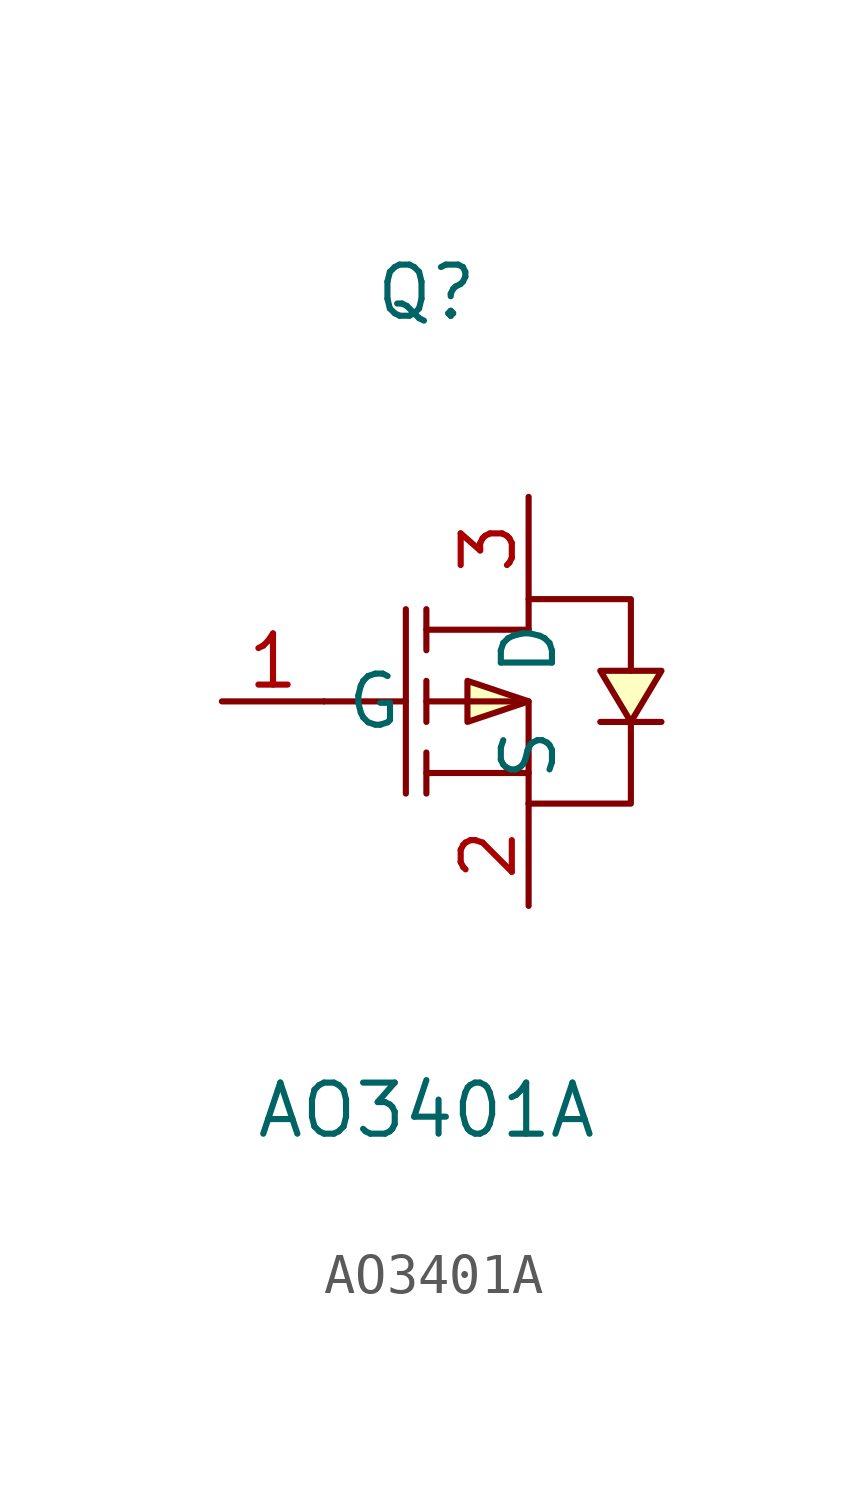
<source format=kicad_sym>
(kicad_symbol_lib
  (version 20211014)
  (generator https://github.com/uPesy/easyeda2kicad.py)
  (symbol "AO3401A"
    (property "Reference" "Q"
      (at 0 10.16 0)
      (effects (font (size 1.27 1.27))))
    (property "Value" "AO3401A"
      (at 0 -10.16 0)
      (effects (font (size 1.27 1.27))))
    (symbol "AO3401A_0_1"
      (polyline (pts (xy 2.54 -2.54) (xy 5.08 -2.54) (xy 5.08 -0.51)) (stroke (width 0) (type default) (color 0 0 0 0)) (fill (type none)))
      (polyline (pts (xy 2.54 1.78) (xy 2.54 2.54) (xy 5.08 2.54) (xy 5.08 0.76)) (stroke (width 0) (type default) (color 0 0 0 0)) (fill (type none)))
      (polyline (pts (xy 2.54 1.78) (xy 0.00 1.78)) (stroke (width 0) (type default) (color 0 0 0 0)) (fill (type none)))
      (polyline (pts (xy 0.00 -0.00) (xy 2.54 -0.00) (xy 2.54 -2.54)) (stroke (width 0) (type default) (color 0 0 0 0)) (fill (type none)))
      (polyline (pts (xy 2.54 -1.78) (xy 0.00 -1.78)) (stroke (width 0) (type default) (color 0 0 0 0)) (fill (type none)))
      (polyline (pts (xy -0.51 2.29) (xy -0.51 -2.29)) (stroke (width 0) (type default) (color 0 0 0 0)) (fill (type none)))
      (polyline (pts (xy 0.00 1.27) (xy 0.00 2.29)) (stroke (width 0) (type default) (color 0 0 0 0)) (fill (type none)))
      (polyline (pts (xy 0.00 -0.51) (xy 0.00 0.51)) (stroke (width 0) (type default) (color 0 0 0 0)) (fill (type none)))
      (polyline (pts (xy 0.00 -2.29) (xy 0.00 -1.27)) (stroke (width 0) (type default) (color 0 0 0 0)) (fill (type none)))
      (polyline (pts (xy -2.54 -0.00) (xy -0.51 -0.00)) (stroke (width 0) (type default) (color 0 0 0 0)) (fill (type none)))
      (polyline (pts (xy 5.84 -0.51) (xy 5.59 -0.51) (xy 4.57 -0.51) (xy 4.32 -0.51)) (stroke (width 0) (type default) (color 0 0 0 0)) (fill (type none)))
      (polyline (pts (xy 2.54 -0.00) (xy 1.02 0.51) (xy 1.02 -0.51) (xy 2.54 -0.00)) (stroke (width 0) (type default) (color 0 0 0 0)) (fill (type background)))
      (polyline (pts (xy 5.08 -0.51) (xy 5.84 0.76) (xy 4.32 0.76) (xy 5.08 -0.51)) (stroke (width 0) (type default) (color 0 0 0 0)) (fill (type background)))
      (pin unspecified line (at 2.54 5.08 270) (length 2.54) (name "D" (effects (font (size 1.27 1.27)))) (number "3" (effects (font (size 1.27 1.27)))))
      (pin unspecified line (at -5.08 -0.00 0) (length 2.54) (name "G" (effects (font (size 1.27 1.27)))) (number "1" (effects (font (size 1.27 1.27)))))
      (pin unspecified line (at 2.54 -5.08 90) (length 2.54) (name "S" (effects (font (size 1.27 1.27)))) (number "2" (effects (font (size 1.27 1.27))))))))
</source>
